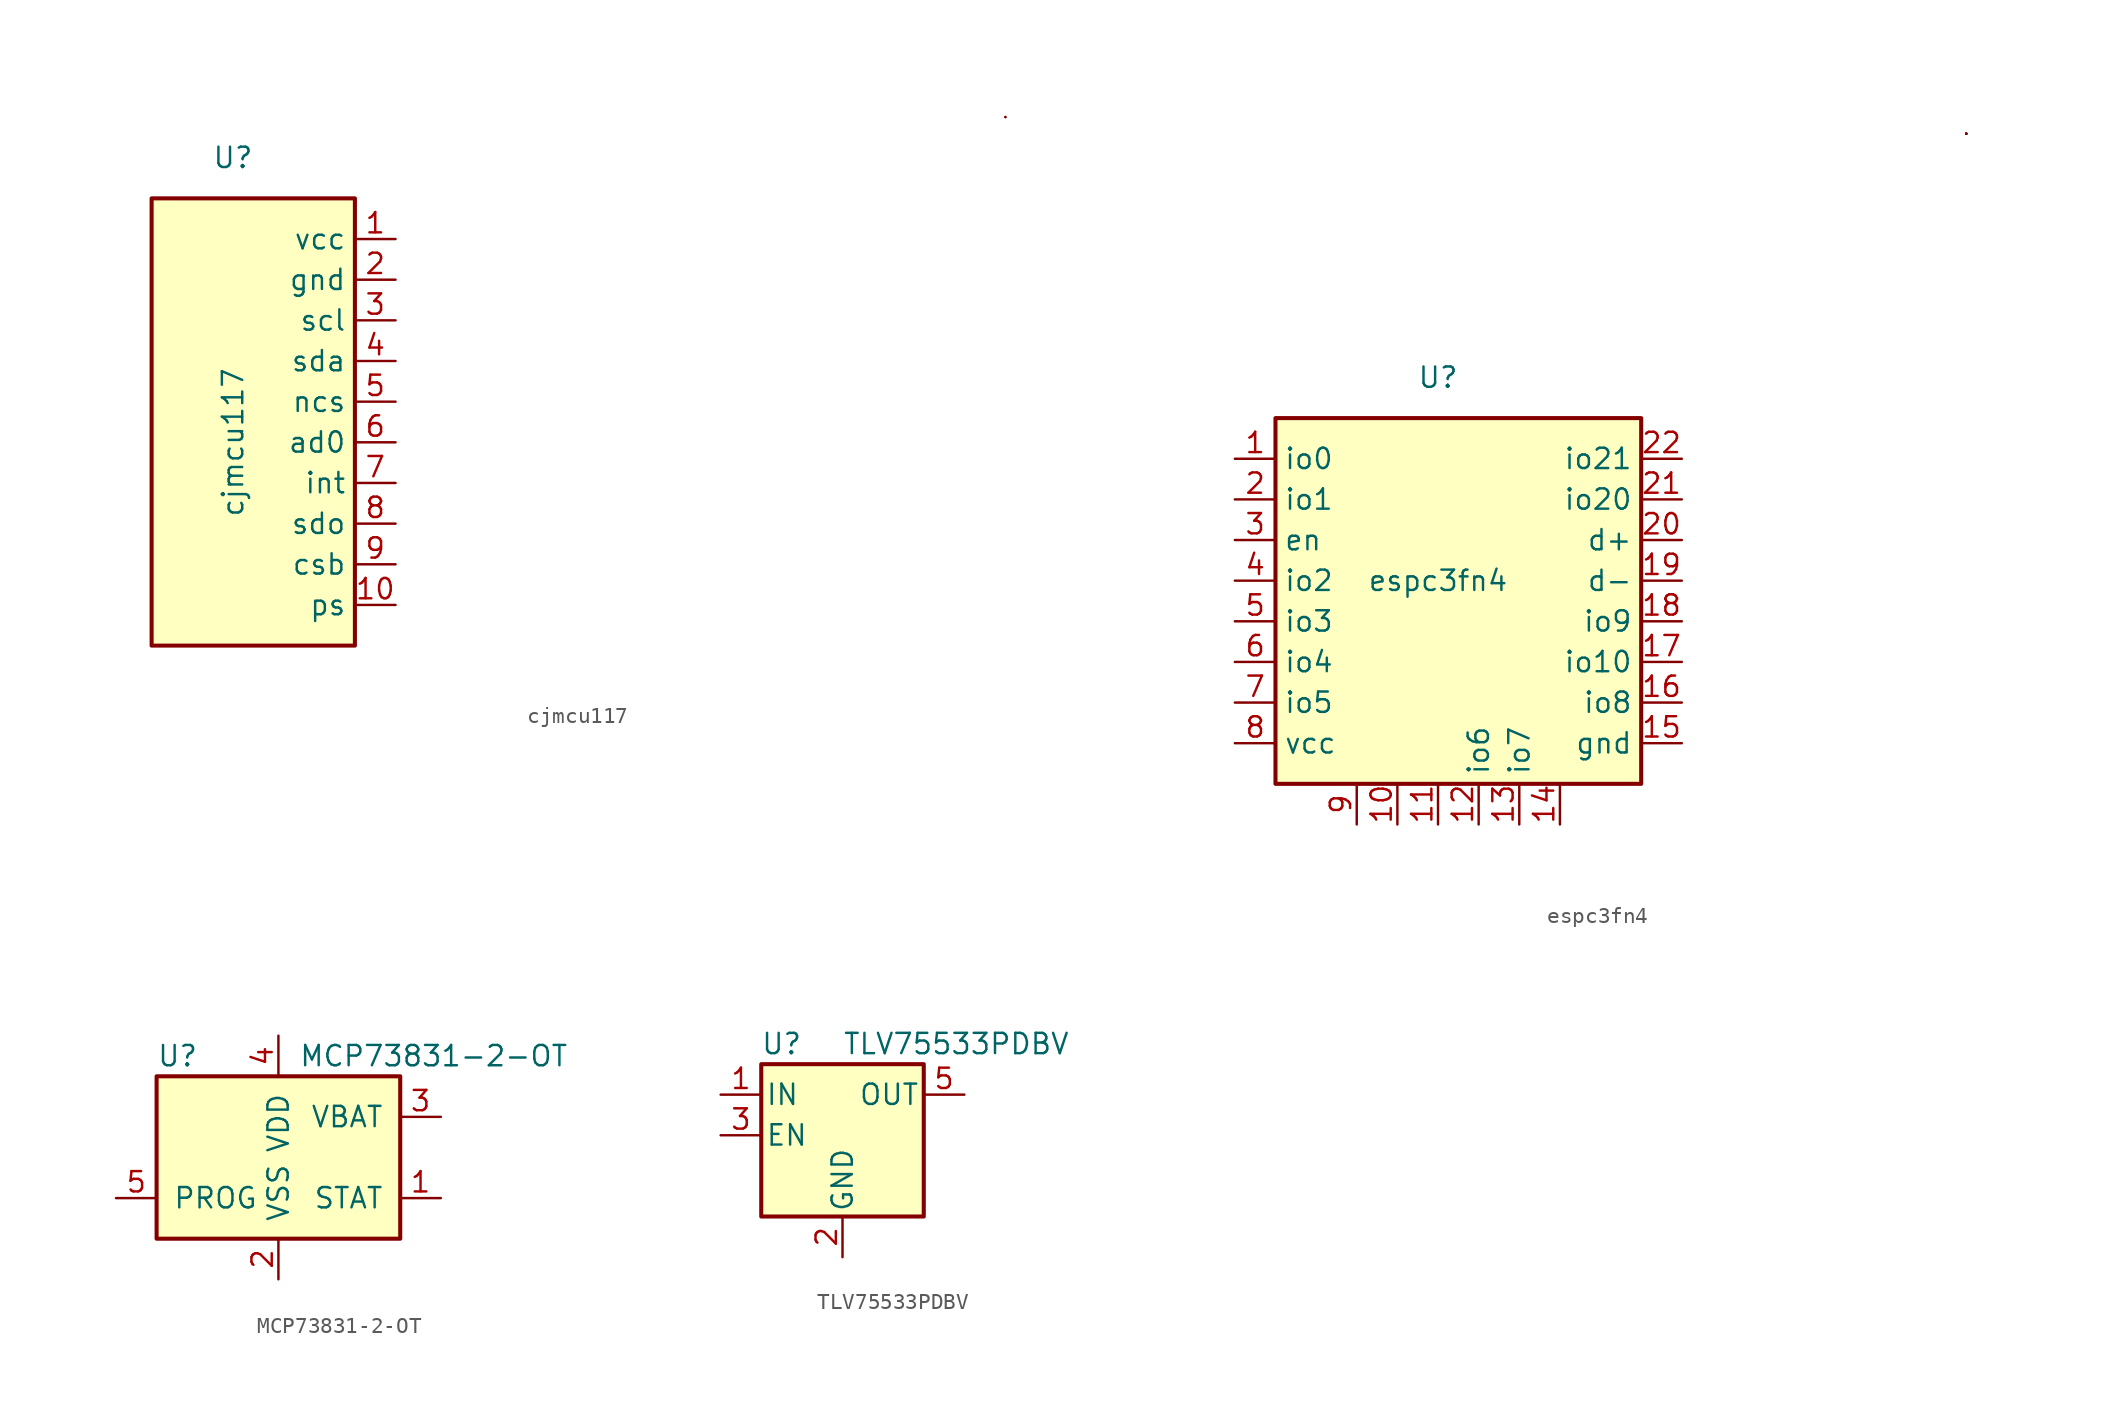
<source format=kicad_sym>
(kicad_symbol_lib
  (version 20211014)
  (generator kicad_symbol_editor)
  (symbol "cjmcu117"
    (property "Reference" "U"
      (at -2.54 5.08 0)
      (effects (font (size 1.27 1.27))))
    (property "Value" "cjmcu117"
      (at -2.54 -12.7 90)
      (effects (font (size 1.27 1.27))))
    (symbol "cjmcu117_0_1"
      (rectangle (start -7.62 2.54) (end 5.08 -25.4) (stroke (width 0.254) (type default) (color 0 0 0 0)) (fill (type background)))
      (rectangle (start 45.72 7.62) (end 45.72 7.62) (stroke (width 0) (type default) (color 0 0 0 0)) (fill (type none)))
      (arc (start 45.72 7.62) (mid 45.72 7.62) (end 45.72 7.62) (stroke (width 0) (type default) (color 0 0 0 0)) (fill (type none))))
    (symbol "cjmcu117_1_1"
      (pin input line (at 7.62 0 180) (length 2.54) (name "vcc" (effects (font (size 1.27 1.27)))) (number "1" (effects (font (size 1.27 1.27)))))
      (pin input line (at 7.62 -22.86 180) (length 2.54) (name "ps" (effects (font (size 1.27 1.27)))) (number "10" (effects (font (size 1.27 1.27)))))
      (pin input line (at 7.62 -2.54 180) (length 2.54) (name "gnd" (effects (font (size 1.27 1.27)))) (number "2" (effects (font (size 1.27 1.27)))))
      (pin input line (at 7.62 -5.08 180) (length 2.54) (name "scl" (effects (font (size 1.27 1.27)))) (number "3" (effects (font (size 1.27 1.27)))))
      (pin input line (at 7.62 -7.62 180) (length 2.54) (name "sda" (effects (font (size 1.27 1.27)))) (number "4" (effects (font (size 1.27 1.27)))))
      (pin input line (at 7.62 -10.16 180) (length 2.54) (name "ncs" (effects (font (size 1.27 1.27)))) (number "5" (effects (font (size 1.27 1.27)))))
      (pin input line (at 7.62 -12.7 180) (length 2.54) (name "ad0" (effects (font (size 1.27 1.27)))) (number "6" (effects (font (size 1.27 1.27)))))
      (pin input line (at 7.62 -15.24 180) (length 2.54) (name "int" (effects (font (size 1.27 1.27)))) (number "7" (effects (font (size 1.27 1.27)))))
      (pin input line (at 7.62 -17.78 180) (length 2.54) (name "sdo" (effects (font (size 1.27 1.27)))) (number "8" (effects (font (size 1.27 1.27)))))
      (pin input line (at 7.62 -20.32 180) (length 2.54) (name "csb" (effects (font (size 1.27 1.27)))) (number "9" (effects (font (size 1.27 1.27)))))))
  (symbol "espc3fn4"
    (property "Reference" "U"
      (at 10.16 5.08 0)
      (effects (font (size 1.27 1.27))))
    (property "Value" "espc3fn4"
      (at 10.16 -7.62 0)
      (effects (font (size 1.27 1.27))))
    (symbol "espc3fn4_0_1"
      (polyline (pts (xy 43.18 20.32) (xy 43.18 20.32)) (stroke (width 0) (type default) (color 0 0 0 0)) (fill (type none)))
      (polyline (pts (xy 43.18 20.32) (xy 43.18 20.32)) (stroke (width 0) (type default) (color 0 0 0 0)) (fill (type none)))
      (rectangle (start 0 2.54) (end 22.86 -20.32) (stroke (width 0.254) (type default) (color 0 0 0 0)) (fill (type background)))
      (rectangle (start 43.18 20.32) (end 43.18 20.32) (stroke (width 0) (type default) (color 0 0 0 0)) (fill (type none)))
      (rectangle (start 43.18 20.32) (end 43.18 20.32) (stroke (width 0) (type default) (color 0 0 0 0)) (fill (type none)))
      (rectangle (start 43.18 20.32) (end 43.18 20.32) (stroke (width 0) (type default) (color 0 0 0 0)) (fill (type none)))
      (rectangle (start 43.18 20.32) (end 43.18 20.32) (stroke (width 0) (type default) (color 0 0 0 0)) (fill (type none))))
    (symbol "espc3fn4_1_1"
      (pin input line (at -2.54 0 0) (length 2.54) (name "io0" (effects (font (size 1.27 1.27)))) (number "1" (effects (font (size 1.27 1.27)))))
      (pin input line (at 7.62 -22.86 90) (length 2.54) (name "" (effects (font (size 1.27 1.27)))) (number "10" (effects (font (size 1.27 1.27)))))
      (pin input line (at 10.16 -22.86 90) (length 2.54) (name "" (effects (font (size 1.27 1.27)))) (number "11" (effects (font (size 1.27 1.27)))))
      (pin input line (at 12.7 -22.86 90) (length 2.54) (name "io6" (effects (font (size 1.27 1.27)))) (number "12" (effects (font (size 1.27 1.27)))))
      (pin input line (at 15.24 -22.86 90) (length 2.54) (name "io7" (effects (font (size 1.27 1.27)))) (number "13" (effects (font (size 1.27 1.27)))))
      (pin input line (at 17.78 -22.86 90) (length 2.54) (name "" (effects (font (size 1.27 1.27)))) (number "14" (effects (font (size 1.27 1.27)))))
      (pin input line (at 25.4 -17.78 180) (length 2.54) (name "gnd" (effects (font (size 1.27 1.27)))) (number "15" (effects (font (size 1.27 1.27)))))
      (pin input line (at 25.4 -15.24 180) (length 2.54) (name "io8" (effects (font (size 1.27 1.27)))) (number "16" (effects (font (size 1.27 1.27)))))
      (pin input line (at 25.4 -12.7 180) (length 2.54) (name "io10" (effects (font (size 1.27 1.27)))) (number "17" (effects (font (size 1.27 1.27)))))
      (pin input line (at 25.4 -10.16 180) (length 2.54) (name "io9" (effects (font (size 1.27 1.27)))) (number "18" (effects (font (size 1.27 1.27)))))
      (pin input line (at 25.4 -7.62 180) (length 2.54) (name "d-" (effects (font (size 1.27 1.27)))) (number "19" (effects (font (size 1.27 1.27)))))
      (pin input line (at -2.54 -2.54 0) (length 2.54) (name "io1" (effects (font (size 1.27 1.27)))) (number "2" (effects (font (size 1.27 1.27)))))
      (pin input line (at 25.4 -5.08 180) (length 2.54) (name "d+" (effects (font (size 1.27 1.27)))) (number "20" (effects (font (size 1.27 1.27)))))
      (pin input line (at 25.4 -2.54 180) (length 2.54) (name "io20" (effects (font (size 1.27 1.27)))) (number "21" (effects (font (size 1.27 1.27)))))
      (pin input line (at 25.4 0 180) (length 2.54) (name "io21" (effects (font (size 1.27 1.27)))) (number "22" (effects (font (size 1.27 1.27)))))
      (pin input line (at -2.54 -5.08 0) (length 2.54) (name "en" (effects (font (size 1.27 1.27)))) (number "3" (effects (font (size 1.27 1.27)))))
      (pin input line (at -2.54 -7.62 0) (length 2.54) (name "io2" (effects (font (size 1.27 1.27)))) (number "4" (effects (font (size 1.27 1.27)))))
      (pin input line (at -2.54 -10.16 0) (length 2.54) (name "io3" (effects (font (size 1.27 1.27)))) (number "5" (effects (font (size 1.27 1.27)))))
      (pin input line (at -2.54 -12.7 0) (length 2.54) (name "io4" (effects (font (size 1.27 1.27)))) (number "6" (effects (font (size 1.27 1.27)))))
      (pin input line (at -2.54 -15.24 0) (length 2.54) (name "io5" (effects (font (size 1.27 1.27)))) (number "7" (effects (font (size 1.27 1.27)))))
      (pin input line (at -2.54 -17.78 0) (length 2.54) (name "vcc" (effects (font (size 1.27 1.27)))) (number "8" (effects (font (size 1.27 1.27)))))
      (pin input line (at 5.08 -22.86 90) (length 2.54) (name "" (effects (font (size 1.27 1.27)))) (number "9" (effects (font (size 1.27 1.27)))))))
  (symbol "MCP73831-2-OT"
    (pin_names
      (offset 1.016))
    (property "Reference" "U"
      (at -7.62 6.35 0)
      (effects (font (size 1.27 1.27)) (justify left)))
    (property "Value" "MCP73831-2-OT"
      (at 1.27 6.35 0)
      (effects (font (size 1.27 1.27)) (justify left)))
    (symbol "MCP73831-2-OT_0_1"
      (rectangle (start -7.62 5.08) (end 7.62 -5.08) (stroke (width 0.254) (type default) (color 0 0 0 0)) (fill (type background))))
    (symbol "MCP73831-2-OT_1_1"
      (pin output line (at 10.16 -2.54 180) (length 2.54) (name "STAT" (effects (font (size 1.27 1.27)))) (number "1" (effects (font (size 1.27 1.27)))))
      (pin power_in line (at 0 -7.62 90) (length 2.54) (name "VSS" (effects (font (size 1.27 1.27)))) (number "2" (effects (font (size 1.27 1.27)))))
      (pin power_out line (at 10.16 2.54 180) (length 2.54) (name "VBAT" (effects (font (size 1.27 1.27)))) (number "3" (effects (font (size 1.27 1.27)))))
      (pin power_in line (at 0 7.62 270) (length 2.54) (name "VDD" (effects (font (size 1.27 1.27)))) (number "4" (effects (font (size 1.27 1.27)))))
      (pin input line (at -10.16 -2.54 0) (length 2.54) (name "PROG" (effects (font (size 1.27 1.27)))) (number "5" (effects (font (size 1.27 1.27)))))))
  (symbol "TLV75533PDBV"
    (pin_names
      (offset 0.254))
    (property "Reference" "U"
      (at -3.81 5.715 0)
      (effects (font (size 1.27 1.27))))
    (property "Value" "TLV75533PDBV"
      (at 0 5.715 0)
      (effects (font (size 1.27 1.27)) (justify left)))
    (symbol "TLV75533PDBV_0_1"
      (rectangle (start -5.08 4.445) (end 5.08 -5.08) (stroke (width 0.254) (type default) (color 0 0 0 0)) (fill (type background))))
    (symbol "TLV75533PDBV_1_1"
      (pin power_in line (at -7.62 2.54 0) (length 2.54) (name "IN" (effects (font (size 1.27 1.27)))) (number "1" (effects (font (size 1.27 1.27)))))
      (pin power_in line (at 0 -7.62 90) (length 2.54) (name "GND" (effects (font (size 1.27 1.27)))) (number "2" (effects (font (size 1.27 1.27)))))
      (pin input line (at -7.62 0 0) (length 2.54) (name "EN" (effects (font (size 1.27 1.27)))) (number "3" (effects (font (size 1.27 1.27)))))
      (pin no_connect line (at 5.08 0 180) (length 2.54) hide (name "NC" (effects (font (size 1.27 1.27)))) (number "4" (effects (font (size 1.27 1.27)))))
      (pin power_out line (at 7.62 2.54 180) (length 2.54) (name "OUT" (effects (font (size 1.27 1.27)))) (number "5" (effects (font (size 1.27 1.27))))))))
</source>
